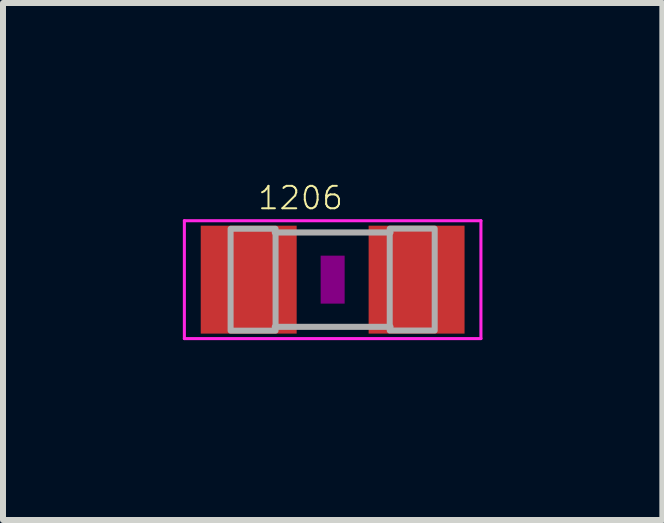
<source format=kicad_pcb>
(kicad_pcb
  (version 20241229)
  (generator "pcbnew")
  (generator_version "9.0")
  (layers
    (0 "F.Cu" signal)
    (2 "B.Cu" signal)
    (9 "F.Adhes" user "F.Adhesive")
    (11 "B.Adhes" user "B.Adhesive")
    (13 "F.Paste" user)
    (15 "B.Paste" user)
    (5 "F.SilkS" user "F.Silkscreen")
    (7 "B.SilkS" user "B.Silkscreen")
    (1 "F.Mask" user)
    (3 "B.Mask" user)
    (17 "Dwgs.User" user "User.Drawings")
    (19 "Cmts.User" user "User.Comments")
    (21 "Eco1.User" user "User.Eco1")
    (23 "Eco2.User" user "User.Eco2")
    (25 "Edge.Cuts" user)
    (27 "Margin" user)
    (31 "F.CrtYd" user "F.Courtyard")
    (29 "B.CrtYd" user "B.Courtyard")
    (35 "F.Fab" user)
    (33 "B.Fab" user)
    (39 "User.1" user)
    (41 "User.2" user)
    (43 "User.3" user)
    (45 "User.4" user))
  (footprint "1206"
    (layer "F.Cu")
    (at 2.498 1.614)
    (property "Reference" "1206" (at -1.27 -1.143 0) (unlocked yes) (layer "F.SilkS") (effects (font (size 0.374 0.374) (thickness 0.033)) (justify left bottom)))
    (fp_poly (pts (xy -0.2 0.4) (xy 0.2 0.4) (xy 0.2 -0.4) (xy -0.2 -0.4)) (stroke (width 0) (type default)) (fill yes) (layer "F.Adhes"))
    (fp_line (start -2.473 -0.983) (end 2.473 -0.983) (stroke (width 0.051) (type solid)) (layer "F.CrtYd"))
    (fp_line (start -2.473 0.983) (end -2.473 -0.983) (stroke (width 0.051) (type solid)) (layer "F.CrtYd"))
    (fp_line (start 2.473 -0.983) (end 2.473 0.983) (stroke (width 0.051) (type solid)) (layer "F.CrtYd"))
    (fp_line (start 2.473 0.983) (end -2.473 0.983) (stroke (width 0.051) (type solid)) (layer "F.CrtYd"))
    (fp_line (start -0.965 -0.787) (end 0.965 -0.787) (stroke (width 0.102) (type solid)) (layer "F.Fab"))
    (fp_line (start -0.965 0.787) (end 0.965 0.787) (stroke (width 0.102) (type solid)) (layer "F.Fab"))
    (fp_poly (pts (xy -1.702 0.851) (xy -0.952 0.851) (xy -0.952 -0.849) (xy -1.702 -0.849)) (stroke (width 0.1) (type default)) (fill no) (layer "F.Fab"))
    (fp_poly (pts (xy 0.952 0.849) (xy 1.702 0.849) (xy 1.702 -0.851) (xy 0.952 -0.851)) (stroke (width 0.1) (type default)) (fill no) (layer "F.Fab"))
    (pad "1" smd rect (at -1.4 0) (size 1.6 1.8) (layers "F.Cu" "F.Mask" "F.Paste"))
    (pad "2" smd rect (at 1.4 0) (size 1.6 1.8) (layers "F.Cu" "F.Mask" "F.Paste")))
  (gr_rect
    (start -3 -3)
    (end 7.997 5.623)
    (stroke (width 0.1) (type default))
    (fill no)
    (layer "Edge.Cuts")))
</source>
